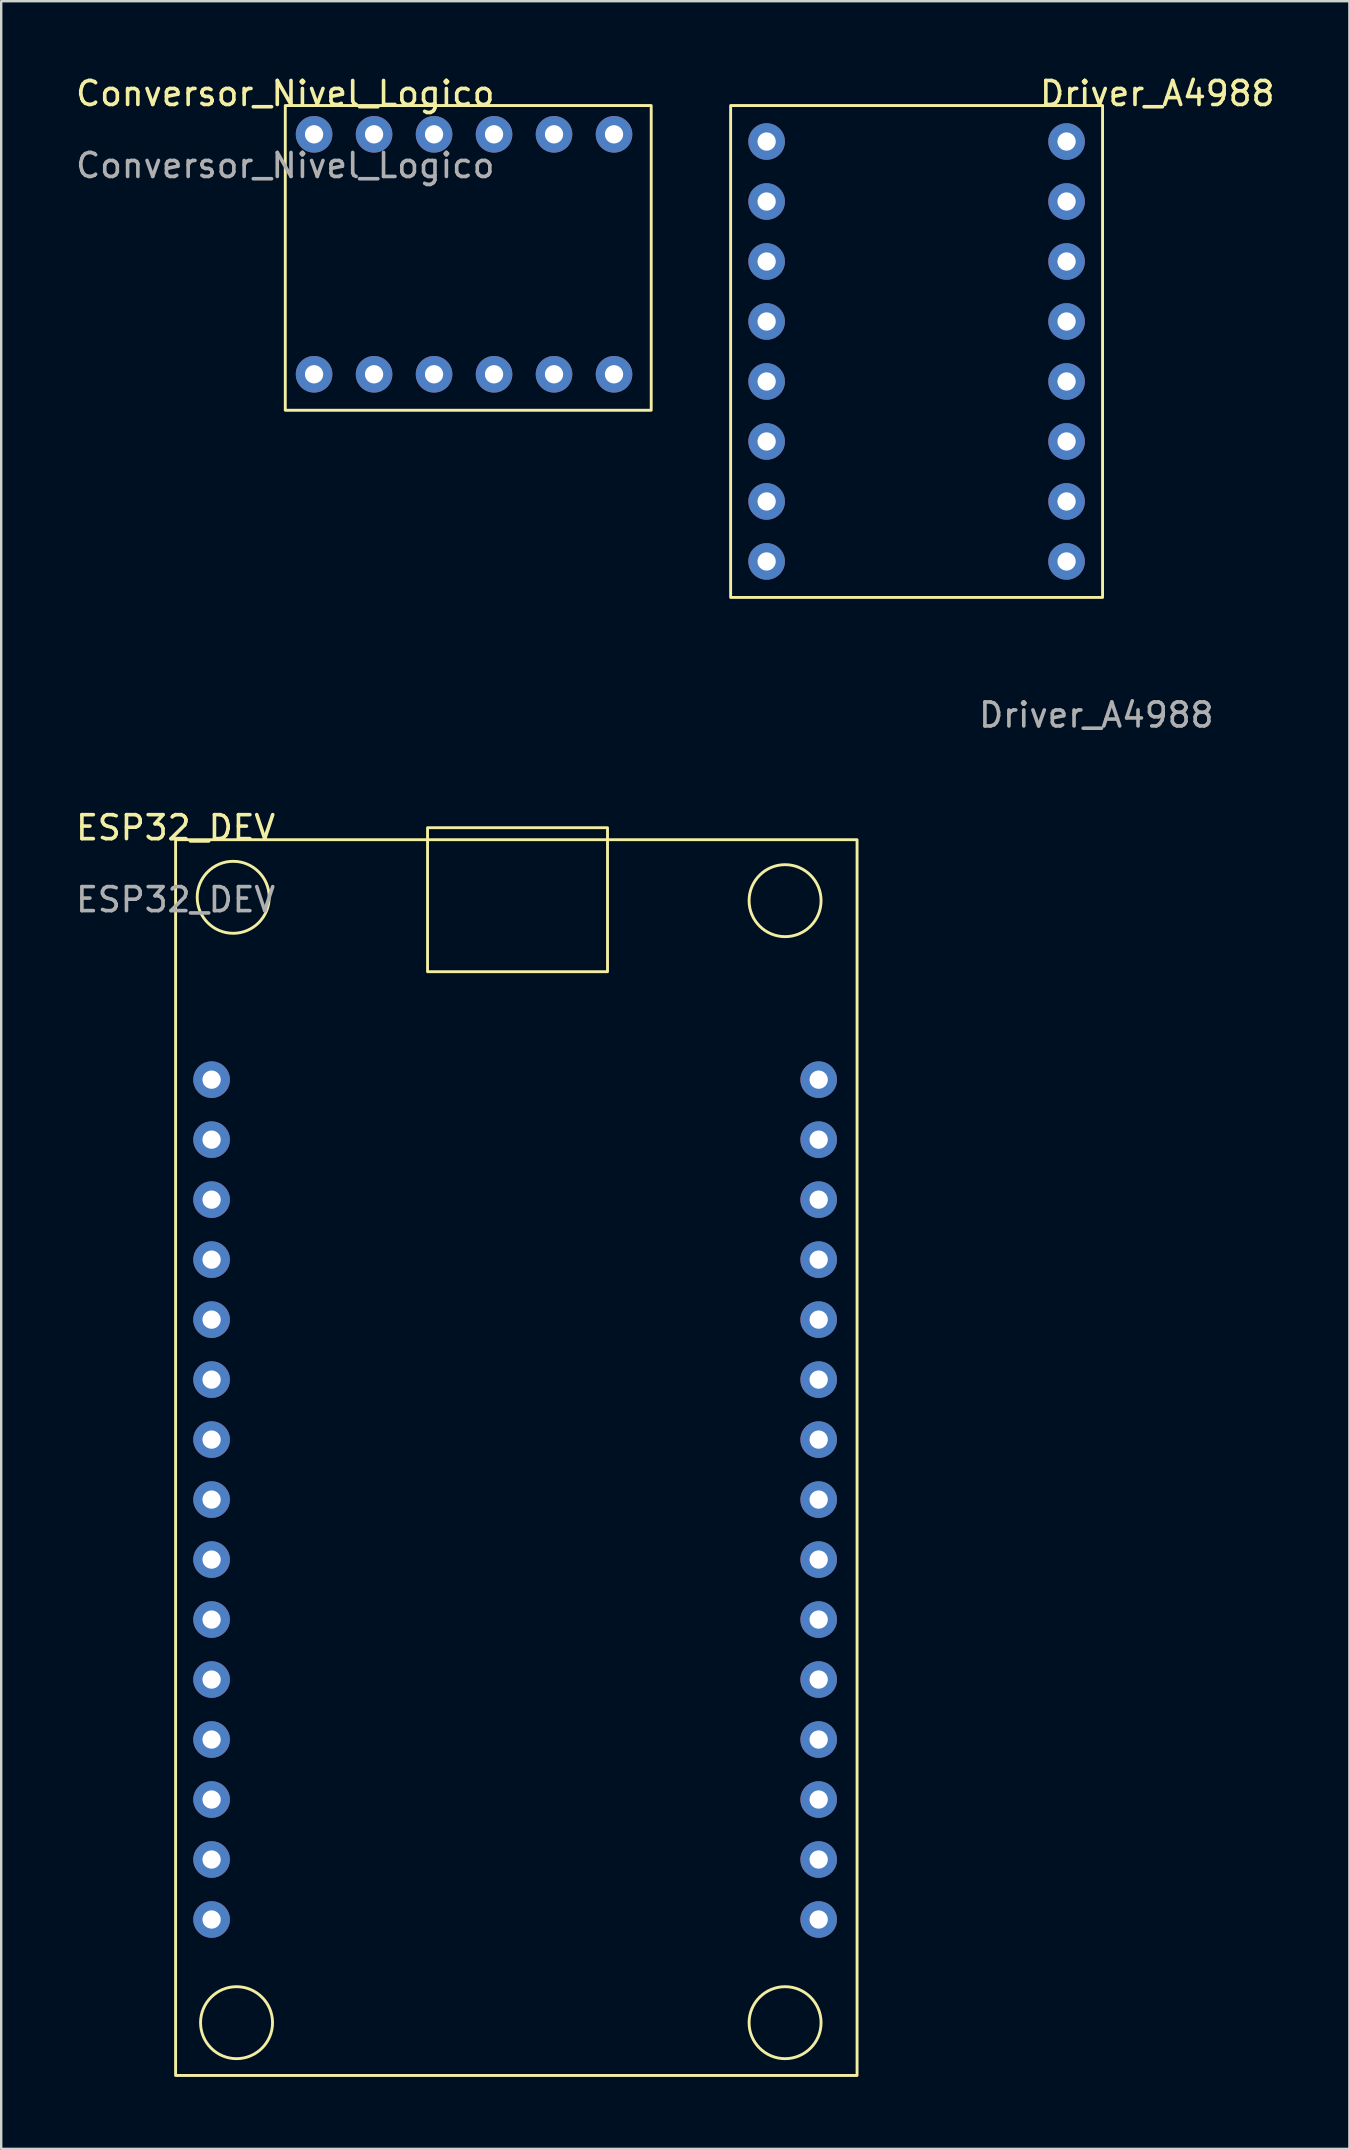
<source format=kicad_pcb>
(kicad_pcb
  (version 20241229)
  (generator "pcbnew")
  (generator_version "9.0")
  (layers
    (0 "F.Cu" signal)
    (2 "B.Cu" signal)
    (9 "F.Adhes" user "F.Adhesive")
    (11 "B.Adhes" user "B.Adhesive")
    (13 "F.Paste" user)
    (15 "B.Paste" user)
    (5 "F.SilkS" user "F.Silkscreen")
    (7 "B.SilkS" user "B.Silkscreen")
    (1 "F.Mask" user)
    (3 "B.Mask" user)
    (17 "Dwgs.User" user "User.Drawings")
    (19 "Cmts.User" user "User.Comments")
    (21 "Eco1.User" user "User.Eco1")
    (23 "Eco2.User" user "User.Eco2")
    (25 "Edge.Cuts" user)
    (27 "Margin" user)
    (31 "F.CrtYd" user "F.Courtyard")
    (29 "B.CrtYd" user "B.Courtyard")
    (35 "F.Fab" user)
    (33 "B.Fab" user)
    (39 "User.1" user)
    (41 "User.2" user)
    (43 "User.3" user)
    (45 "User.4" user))
  (footprint "Driver_A4988"
    (layer "F.Cu")
    (at 27.399 1.348)
    (property "Reference" "Driver_A4988" (at 17.78 -0.5 0) (unlocked yes) (layer "F.SilkS") (effects (font (size 1 1) (thickness 0.15))))
    (attr through_hole)
    (fp_rect (start 0 0) (end 15.5 20.5) (stroke (width 0.12) (type solid)) (fill no) (layer "F.SilkS"))
    (fp_text user "${REFERENCE}" (at 15.24 25.4 0) (unlocked yes) (layer "F.Fab") (effects (font (size 1 1) (thickness 0.15))))
    (pad "1" thru_hole circle (at 14 19) (size 1.524 1.524) (drill 0.762) (layers "*.Cu" "*.Mask"))
    (pad "2" thru_hole circle (at 14 16.5) (size 1.524 1.524) (drill 0.762) (layers "*.Cu" "*.Mask"))
    (pad "3" thru_hole circle (at 14 14) (size 1.524 1.524) (drill 0.762) (layers "*.Cu" "*.Mask"))
    (pad "4" thru_hole circle (at 14 11.5) (size 1.524 1.524) (drill 0.762) (layers "*.Cu" "*.Mask"))
    (pad "5" thru_hole circle (at 14 9) (size 1.524 1.524) (drill 0.762) (layers "*.Cu" "*.Mask"))
    (pad "6" thru_hole circle (at 14 6.5) (size 1.524 1.524) (drill 0.762) (layers "*.Cu" "*.Mask"))
    (pad "7" thru_hole circle (at 14 4) (size 1.524 1.524) (drill 0.762) (layers "*.Cu" "*.Mask"))
    (pad "8" thru_hole circle (at 14 1.5) (size 1.524 1.524) (drill 0.762) (layers "*.Cu" "*.Mask"))
    (pad "9" thru_hole circle (at 1.5 1.5) (size 1.524 1.524) (drill 0.762) (layers "*.Cu" "*.Mask"))
    (pad "10" thru_hole circle (at 1.5 4) (size 1.524 1.524) (drill 0.762) (layers "*.Cu" "*.Mask"))
    (pad "11" thru_hole circle (at 1.5 6.5) (size 1.524 1.524) (drill 0.762) (layers "*.Cu" "*.Mask"))
    (pad "12" thru_hole circle (at 1.5 9) (size 1.524 1.524) (drill 0.762) (layers "*.Cu" "*.Mask"))
    (pad "13" thru_hole circle (at 1.5 11.5) (size 1.524 1.524) (drill 0.762) (layers "*.Cu" "*.Mask"))
    (pad "14" thru_hole circle (at 1.5 14) (size 1.524 1.524) (drill 0.762) (layers "*.Cu" "*.Mask"))
    (pad "15" thru_hole circle (at 1.5 16.5) (size 1.524 1.524) (drill 0.762) (layers "*.Cu" "*.Mask"))
    (pad "16" thru_hole circle (at 1.5 19) (size 1.524 1.524) (drill 0.762) (layers "*.Cu" "*.Mask")))
  (footprint "ESP32_DEV"
    (layer "F.Cu")
    (at 4.268 31.945)
    (property "Reference" "ESP32_DEV" (at 0 -0.5 0) (unlocked yes) (layer "F.SilkS") (effects (font (size 1 1) (thickness 0.15))))
    (attr through_hole)
    (fp_rect (start 0 0) (end 28.4 51.5) (stroke (width 0.12) (type solid)) (fill no) (layer "F.SilkS"))
    (fp_rect (start 10.5 -0.5) (end 18 5.5) (stroke (width 0.12) (type solid)) (fill no) (layer "F.SilkS"))
    (fp_circle (center 2.4 2.4) (end 3.9 2.4) (stroke (width 0.12) (type solid)) (fill no) (layer "F.SilkS"))
    (fp_circle (center 2.54 49.3) (end 4.04 49.3) (stroke (width 0.12) (type solid)) (fill no) (layer "F.SilkS"))
    (fp_circle (center 25.4 2.54) (end 26.9 2.54) (stroke (width 0.12) (type solid)) (fill no) (layer "F.SilkS"))
    (fp_circle (center 25.4 49.3) (end 26.9 49.3) (stroke (width 0.12) (type solid)) (fill no) (layer "F.SilkS"))
    (fp_text user "${REFERENCE}" (at 0 2.5 0) (unlocked yes) (layer "F.Fab") (effects (font (size 1 1) (thickness 0.15))))
    (pad "1" thru_hole circle (at 1.5 10) (size 1.524 1.524) (drill 0.762) (layers "*.Cu" "*.Mask"))
    (pad "2" thru_hole circle (at 1.5 12.5) (size 1.524 1.524) (drill 0.762) (layers "*.Cu" "*.Mask"))
    (pad "2" thru_hole circle (at 26.8 12.5) (size 1.524 1.524) (drill 0.762) (layers "*.Cu" "*.Mask"))
    (pad "5" thru_hole circle (at 26.8 42.5) (size 1.524 1.524) (drill 0.762) (layers "*.Cu" "*.Mask"))
    (pad "8" thru_hole circle (at 26.8 40) (size 1.524 1.524) (drill 0.762) (layers "*.Cu" "*.Mask"))
    (pad "9" thru_hole circle (at 26.8 45) (size 1.524 1.524) (drill 0.762) (layers "*.Cu" "*.Mask"))
    (pad "10" thru_hole circle (at 26.8 37.5) (size 1.524 1.524) (drill 0.762) (layers "*.Cu" "*.Mask"))
    (pad "11" thru_hole circle (at 26.8 35) (size 1.524 1.524) (drill 0.762) (layers "*.Cu" "*.Mask"))
    (pad "12" thru_hole circle (at 26.8 32.5) (size 1.524 1.524) (drill 0.762) (layers "*.Cu" "*.Mask"))
    (pad "13" thru_hole circle (at 26.8 30) (size 1.524 1.524) (drill 0.762) (layers "*.Cu" "*.Mask"))
    (pad "14" thru_hole circle (at 26.8 27.5) (size 1.524 1.524) (drill 0.762) (layers "*.Cu" "*.Mask"))
    (pad "15" thru_hole circle (at 26.8 25) (size 1.524 1.524) (drill 0.762) (layers "*.Cu" "*.Mask"))
    (pad "16" thru_hole circle (at 26.8 22.5) (size 1.524 1.524) (drill 0.762) (layers "*.Cu" "*.Mask"))
    (pad "17" thru_hole circle (at 26.8 20) (size 1.524 1.524) (drill 0.762) (layers "*.Cu" "*.Mask"))
    (pad "18" thru_hole circle (at 26.8 17.5) (size 1.524 1.524) (drill 0.762) (layers "*.Cu" "*.Mask"))
    (pad "20" thru_hole circle (at 26.8 15) (size 1.524 1.524) (drill 0.762) (layers "*.Cu" "*.Mask"))
    (pad "21" thru_hole circle (at 1.5 15) (size 1.524 1.524) (drill 0.762) (layers "*.Cu" "*.Mask"))
    (pad "22" thru_hole circle (at 1.5 17.5) (size 1.524 1.524) (drill 0.762) (layers "*.Cu" "*.Mask"))
    (pad "24" thru_hole circle (at 1.5 20) (size 1.524 1.524) (drill 0.762) (layers "*.Cu" "*.Mask"))
    (pad "25" thru_hole circle (at 1.5 22.5) (size 1.524 1.524) (drill 0.762) (layers "*.Cu" "*.Mask"))
    (pad "27" thru_hole circle (at 1.5 25) (size 1.524 1.524) (drill 0.762) (layers "*.Cu" "*.Mask"))
    (pad "30" thru_hole circle (at 26.8 10) (size 1.524 1.524) (drill 0.762) (layers "*.Cu" "*.Mask"))
    (pad "34" thru_hole circle (at 1.5 27.5) (size 1.524 1.524) (drill 0.762) (layers "*.Cu" "*.Mask"))
    (pad "35" thru_hole circle (at 1.5 30) (size 1.524 1.524) (drill 0.762) (layers "*.Cu" "*.Mask"))
    (pad "36" thru_hole circle (at 1.5 45) (size 1.524 1.524) (drill 0.762) (layers "*.Cu" "*.Mask"))
    (pad "38" thru_hole circle (at 1.5 32.5) (size 1.524 1.524) (drill 0.762) (layers "*.Cu" "*.Mask"))
    (pad "39" thru_hole circle (at 1.5 42.5) (size 1.524 1.524) (drill 0.762) (layers "*.Cu" "*.Mask"))
    (pad "40" thru_hole circle (at 1.5 37.5) (size 1.524 1.524) (drill 0.762) (layers "*.Cu" "*.Mask"))
    (pad "41" thru_hole circle (at 1.5 40) (size 1.524 1.524) (drill 0.762) (layers "*.Cu" "*.Mask"))
    (pad "42" thru_hole circle (at 1.5 35) (size 1.524 1.524) (drill 0.762) (layers "*.Cu" "*.Mask")))
  (footprint "Conversor_Nivel_Logico"
    (layer "F.Cu")
    (at 8.839 1.348)
    (property "Reference" "Conversor_Nivel_Logico" (at 0 -0.5 0) (unlocked yes) (layer "F.SilkS") (effects (font (size 1 1) (thickness 0.15))))
    (attr through_hole)
    (fp_rect (start 0 0) (end 15.25 12.7) (stroke (width 0.12) (type solid)) (fill no) (layer "F.SilkS"))
    (fp_text user "${REFERENCE}" (at 0 2.5 0) (unlocked yes) (layer "F.Fab") (effects (font (size 1 1) (thickness 0.15))))
    (pad "1" thru_hole circle (at 1.2 11.2) (size 1.524 1.524) (drill 0.762) (layers "*.Cu" "*.Mask"))
    (pad "2" thru_hole circle (at 3.7 11.2) (size 1.524 1.524) (drill 0.762) (layers "*.Cu" "*.Mask"))
    (pad "3" thru_hole circle (at 6.2 11.2) (size 1.524 1.524) (drill 0.762) (layers "*.Cu" "*.Mask"))
    (pad "4" thru_hole circle (at 8.7 11.2) (size 1.524 1.524) (drill 0.762) (layers "*.Cu" "*.Mask"))
    (pad "5" thru_hole circle (at 11.2 11.2) (size 1.524 1.524) (drill 0.762) (layers "*.Cu" "*.Mask"))
    (pad "6" thru_hole circle (at 13.7 11.2) (size 1.524 1.524) (drill 0.762) (layers "*.Cu" "*.Mask"))
    (pad "7" thru_hole circle (at 13.7 1.2) (size 1.524 1.524) (drill 0.762) (layers "*.Cu" "*.Mask"))
    (pad "8" thru_hole circle (at 11.2 1.2) (size 1.524 1.524) (drill 0.762) (layers "*.Cu" "*.Mask"))
    (pad "9" thru_hole circle (at 8.7 1.2) (size 1.524 1.524) (drill 0.762) (layers "*.Cu" "*.Mask"))
    (pad "10" thru_hole circle (at 6.2 1.2) (size 1.524 1.524) (drill 0.762) (layers "*.Cu" "*.Mask"))
    (pad "11" thru_hole circle (at 3.7 1.2) (size 1.524 1.524) (drill 0.762) (layers "*.Cu" "*.Mask"))
    (pad "12" thru_hole circle (at 1.2 1.2) (size 1.524 1.524) (drill 0.762) (layers "*.Cu" "*.Mask")))
  (gr_rect
    (start -3 -3)
    (end 53.185 86.505)
    (stroke (width 0.1) (type default))
    (fill no)
    (layer "Edge.Cuts")))
</source>
